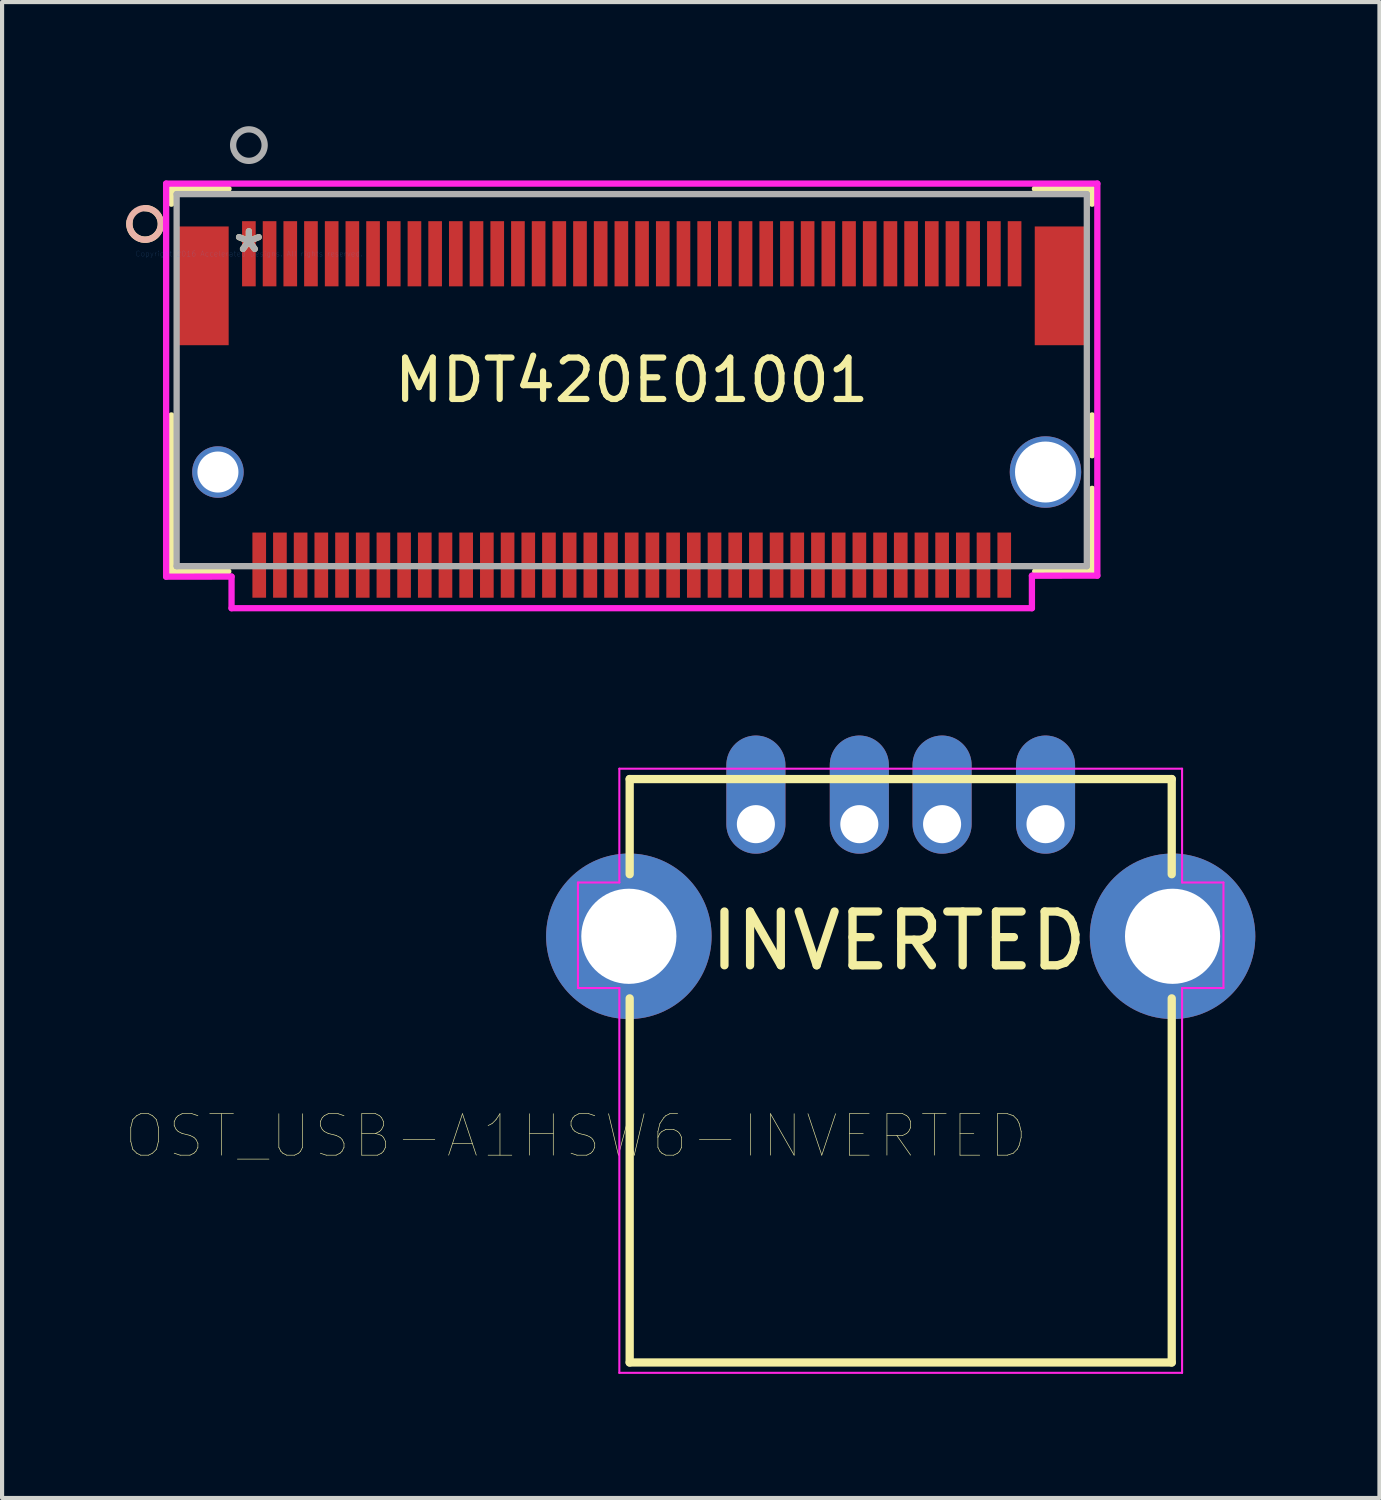
<source format=kicad_pcb>
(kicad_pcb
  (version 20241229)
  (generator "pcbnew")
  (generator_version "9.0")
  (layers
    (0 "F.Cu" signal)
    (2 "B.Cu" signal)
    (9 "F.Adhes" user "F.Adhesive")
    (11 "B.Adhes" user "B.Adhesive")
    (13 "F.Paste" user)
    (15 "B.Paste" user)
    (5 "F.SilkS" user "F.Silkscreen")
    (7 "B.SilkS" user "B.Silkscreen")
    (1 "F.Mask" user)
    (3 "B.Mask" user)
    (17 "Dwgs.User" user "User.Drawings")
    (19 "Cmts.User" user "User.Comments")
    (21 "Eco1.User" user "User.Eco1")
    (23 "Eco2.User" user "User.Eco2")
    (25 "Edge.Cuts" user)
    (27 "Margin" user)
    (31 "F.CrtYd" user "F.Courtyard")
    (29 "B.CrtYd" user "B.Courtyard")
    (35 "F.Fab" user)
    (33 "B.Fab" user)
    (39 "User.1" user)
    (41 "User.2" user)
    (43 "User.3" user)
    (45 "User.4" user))
  (footprint "MDT420E01001"
    (layer "F.Cu")
    (at 2.965 3.083)
    (property "Reference" "MDT420E01001" (at 9.252 3.054 0) (layer "F.SilkS") (effects (font (size 1 1) (thickness 0.15))))
    (attr through_hole)
    (fp_line (start -1.873 -1.569) (end -1.873 -1.21) (stroke (width 0.152) (type solid)) (layer "F.SilkS"))
    (fp_line (start -1.873 3.907) (end -1.873 7.677) (stroke (width 0.152) (type solid)) (layer "F.SilkS"))
    (fp_line (start -1.873 7.677) (end -0.498 7.677) (stroke (width 0.152) (type solid)) (layer "F.SilkS"))
    (fp_line (start -0.492 -1.569) (end -1.873 -1.569) (stroke (width 0.152) (type solid)) (layer "F.SilkS"))
    (fp_line (start 19.003 7.677) (end 20.378 7.677) (stroke (width 0.152) (type solid)) (layer "F.SilkS"))
    (fp_line (start 20.378 -1.569) (end 18.997 -1.569) (stroke (width 0.152) (type solid)) (layer "F.SilkS"))
    (fp_line (start 20.378 -1.21) (end 20.378 -1.569) (stroke (width 0.152) (type solid)) (layer "F.SilkS"))
    (fp_line (start 20.378 4.869) (end 20.378 3.907) (stroke (width 0.152) (type solid)) (layer "F.SilkS"))
    (fp_line (start 20.378 7.677) (end 20.378 5.681) (stroke (width 0.152) (type solid)) (layer "F.SilkS"))
    (fp_arc (start -2.507869 -1.102) (mid -2.262002 -0.42995) (end -2.883511 -0.784674) (stroke (width 0.1524) (type solid)) (layer "F.SilkS"))
    (fp_circle (center -2.508 -0.721) (end -2.127 -0.721) (stroke (width 0.152) (type solid)) (fill no) (layer "B.SilkS"))
    (fp_line (start -2 -1.696) (end -2 7.804) (stroke (width 0.152) (type solid)) (layer "F.CrtYd"))
    (fp_line (start -2 7.804) (end -0.419 7.802) (stroke (width 0.152) (type solid)) (layer "F.CrtYd"))
    (fp_line (start -0.419 7.802) (end -0.419 8.566) (stroke (width 0.152) (type solid)) (layer "F.CrtYd"))
    (fp_line (start -0.419 8.566) (end 18.924 8.566) (stroke (width 0.152) (type solid)) (layer "F.CrtYd"))
    (fp_line (start 18.924 7.781) (end 20.505 7.779) (stroke (width 0.152) (type solid)) (layer "F.CrtYd"))
    (fp_line (start 18.924 8.566) (end 18.924 7.781) (stroke (width 0.152) (type solid)) (layer "F.CrtYd"))
    (fp_line (start 20.505 -1.696) (end -2 -1.696) (stroke (width 0.152) (type solid)) (layer "F.CrtYd"))
    (fp_line (start 20.505 7.779) (end 20.505 -1.696) (stroke (width 0.152) (type solid)) (layer "F.CrtYd"))
    (fp_line (start -1.746 -1.442) (end -1.746 7.55) (stroke (width 0.152) (type solid)) (layer "F.Fab"))
    (fp_line (start -1.746 7.55) (end 20.251 7.55) (stroke (width 0.152) (type solid)) (layer "F.Fab"))
    (fp_line (start 20.251 -1.442) (end -1.746 -1.442) (stroke (width 0.152) (type solid)) (layer "F.Fab"))
    (fp_line (start 20.251 7.55) (end 20.251 -1.442) (stroke (width 0.152) (type solid)) (layer "F.Fab"))
    (fp_circle (center 0 -2.626) (end 0.381 -2.626) (stroke (width 0.152) (type solid)) (fill no) (layer "F.Fab"))
    (fp_text user "*" (at 0 0 0) (layer "F.SilkS") (effects (font (size 1 1) (thickness 0.15))))
    (fp_text user "Copyright 2016 Accelerated Designs. All rights reserved." (at 0 0 0) (layer "Cmts.User") (effects (font (size 0.127 0.127) (thickness 0.002))))
    (fp_text user "*" (at 0 0 0) (layer "F.Fab") (effects (font (size 1 1) (thickness 0.15))))
    (pad "1" smd rect (at 0 0) (size 0.33 1.575) (layers "F.Cu" "F.Mask" "F.Paste"))
    (pad "2" smd rect (at 0.25 7.525) (size 0.33 1.575) (layers "F.Cu" "F.Mask" "F.Paste"))
    (pad "3" smd rect (at 0.5 0) (size 0.33 1.575) (layers "F.Cu" "F.Mask" "F.Paste"))
    (pad "4" smd rect (at 0.75 7.525) (size 0.33 1.575) (layers "F.Cu" "F.Mask" "F.Paste"))
    (pad "5" smd rect (at 1 0) (size 0.33 1.575) (layers "F.Cu" "F.Mask" "F.Paste"))
    (pad "6" smd rect (at 1.25 7.525) (size 0.33 1.575) (layers "F.Cu" "F.Mask" "F.Paste"))
    (pad "7" smd rect (at 1.5 0) (size 0.33 1.575) (layers "F.Cu" "F.Mask" "F.Paste"))
    (pad "8" smd rect (at 1.75 7.525) (size 0.33 1.575) (layers "F.Cu" "F.Mask" "F.Paste"))
    (pad "9" smd rect (at 2.001 0) (size 0.33 1.575) (layers "F.Cu" "F.Mask" "F.Paste"))
    (pad "10" smd rect (at 2.251 7.525) (size 0.33 1.575) (layers "F.Cu" "F.Mask" "F.Paste"))
    (pad "11" smd rect (at 2.501 0) (size 0.33 1.575) (layers "F.Cu" "F.Mask" "F.Paste"))
    (pad "12" smd rect (at 2.751 7.525) (size 0.33 1.575) (layers "F.Cu" "F.Mask" "F.Paste"))
    (pad "13" smd rect (at 3.001 0) (size 0.33 1.575) (layers "F.Cu" "F.Mask" "F.Paste"))
    (pad "14" smd rect (at 3.251 7.525) (size 0.33 1.575) (layers "F.Cu" "F.Mask" "F.Paste"))
    (pad "15" smd rect (at 3.501 0) (size 0.33 1.575) (layers "F.Cu" "F.Mask" "F.Paste"))
    (pad "16" smd rect (at 3.751 7.525) (size 0.33 1.575) (layers "F.Cu" "F.Mask" "F.Paste"))
    (pad "17" smd rect (at 4.001 0) (size 0.33 1.575) (layers "F.Cu" "F.Mask" "F.Paste"))
    (pad "18" smd rect (at 4.251 7.525) (size 0.33 1.575) (layers "F.Cu" "F.Mask" "F.Paste"))
    (pad "19" smd rect (at 4.501 0) (size 0.33 1.575) (layers "F.Cu" "F.Mask" "F.Paste"))
    (pad "20" smd rect (at 4.751 7.525) (size 0.33 1.575) (layers "F.Cu" "F.Mask" "F.Paste"))
    (pad "21" smd rect (at 5.001 0) (size 0.33 1.575) (layers "F.Cu" "F.Mask" "F.Paste"))
    (pad "22" smd rect (at 5.251 7.525) (size 0.33 1.575) (layers "F.Cu" "F.Mask" "F.Paste"))
    (pad "23" smd rect (at 5.501 0) (size 0.33 1.575) (layers "F.Cu" "F.Mask" "F.Paste"))
    (pad "24" smd rect (at 5.751 7.525) (size 0.33 1.575) (layers "F.Cu" "F.Mask" "F.Paste"))
    (pad "25" smd rect (at 6.002 0) (size 0.33 1.575) (layers "F.Cu" "F.Mask" "F.Paste"))
    (pad "26" smd rect (at 6.252 7.525) (size 0.33 1.575) (layers "F.Cu" "F.Mask" "F.Paste"))
    (pad "27" smd rect (at 6.502 0) (size 0.33 1.575) (layers "F.Cu" "F.Mask" "F.Paste"))
    (pad "28" smd rect (at 6.752 7.525) (size 0.33 1.575) (layers "F.Cu" "F.Mask" "F.Paste"))
    (pad "29" smd rect (at 7.002 0) (size 0.33 1.575) (layers "F.Cu" "F.Mask" "F.Paste"))
    (pad "30" smd rect (at 7.252 7.525) (size 0.33 1.575) (layers "F.Cu" "F.Mask" "F.Paste"))
    (pad "31" smd rect (at 7.502 0) (size 0.33 1.575) (layers "F.Cu" "F.Mask" "F.Paste"))
    (pad "32" smd rect (at 7.752 7.525) (size 0.33 1.575) (layers "F.Cu" "F.Mask" "F.Paste"))
    (pad "33" smd rect (at 8.002 0) (size 0.33 1.575) (layers "F.Cu" "F.Mask" "F.Paste"))
    (pad "34" smd rect (at 8.252 7.525) (size 0.33 1.575) (layers "F.Cu" "F.Mask" "F.Paste"))
    (pad "35" smd rect (at 8.502 0) (size 0.33 1.575) (layers "F.Cu" "F.Mask" "F.Paste"))
    (pad "36" smd rect (at 8.752 7.525) (size 0.33 1.575) (layers "F.Cu" "F.Mask" "F.Paste"))
    (pad "37" smd rect (at 9.002 0) (size 0.33 1.575) (layers "F.Cu" "F.Mask" "F.Paste"))
    (pad "38" smd rect (at 9.252 7.525) (size 0.33 1.575) (layers "F.Cu" "F.Mask" "F.Paste"))
    (pad "39" smd rect (at 9.502 0) (size 0.33 1.575) (layers "F.Cu" "F.Mask" "F.Paste"))
    (pad "40" smd rect (at 9.752 7.525) (size 0.33 1.575) (layers "F.Cu" "F.Mask" "F.Paste"))
    (pad "41" smd rect (at 10.003 0) (size 0.33 1.575) (layers "F.Cu" "F.Mask" "F.Paste"))
    (pad "42" smd rect (at 10.253 7.525) (size 0.33 1.575) (layers "F.Cu" "F.Mask" "F.Paste"))
    (pad "43" smd rect (at 10.503 0) (size 0.33 1.575) (layers "F.Cu" "F.Mask" "F.Paste"))
    (pad "44" smd rect (at 10.753 7.525) (size 0.33 1.575) (layers "F.Cu" "F.Mask" "F.Paste"))
    (pad "45" smd rect (at 11.003 0) (size 0.33 1.575) (layers "F.Cu" "F.Mask" "F.Paste"))
    (pad "46" smd rect (at 11.253 7.525) (size 0.33 1.575) (layers "F.Cu" "F.Mask" "F.Paste"))
    (pad "47" smd rect (at 11.503 0) (size 0.33 1.575) (layers "F.Cu" "F.Mask" "F.Paste"))
    (pad "48" smd rect (at 11.753 7.525) (size 0.33 1.575) (layers "F.Cu" "F.Mask" "F.Paste"))
    (pad "49" smd rect (at 12.003 0) (size 0.33 1.575) (layers "F.Cu" "F.Mask" "F.Paste"))
    (pad "50" smd rect (at 12.253 7.525) (size 0.33 1.575) (layers "F.Cu" "F.Mask" "F.Paste"))
    (pad "51" smd rect (at 12.503 0) (size 0.33 1.575) (layers "F.Cu" "F.Mask" "F.Paste"))
    (pad "52" smd rect (at 12.753 7.525) (size 0.33 1.575) (layers "F.Cu" "F.Mask" "F.Paste"))
    (pad "53" smd rect (at 13.003 0) (size 0.33 1.575) (layers "F.Cu" "F.Mask" "F.Paste"))
    (pad "54" smd rect (at 13.253 7.525) (size 0.33 1.575) (layers "F.Cu" "F.Mask" "F.Paste"))
    (pad "55" smd rect (at 13.503 0) (size 0.33 1.575) (layers "F.Cu" "F.Mask" "F.Paste"))
    (pad "56" smd rect (at 13.753 7.525) (size 0.33 1.575) (layers "F.Cu" "F.Mask" "F.Paste"))
    (pad "57" smd rect (at 14.004 0) (size 0.33 1.575) (layers "F.Cu" "F.Mask" "F.Paste"))
    (pad "58" smd rect (at 14.254 7.525) (size 0.33 1.575) (layers "F.Cu" "F.Mask" "F.Paste"))
    (pad "59" smd rect (at 14.504 0) (size 0.33 1.575) (layers "F.Cu" "F.Mask" "F.Paste"))
    (pad "60" smd rect (at 14.754 7.525) (size 0.33 1.575) (layers "F.Cu" "F.Mask" "F.Paste"))
    (pad "61" smd rect (at 15.004 0) (size 0.33 1.575) (layers "F.Cu" "F.Mask" "F.Paste"))
    (pad "62" smd rect (at 15.254 7.525) (size 0.33 1.575) (layers "F.Cu" "F.Mask" "F.Paste"))
    (pad "63" smd rect (at 15.504 0) (size 0.33 1.575) (layers "F.Cu" "F.Mask" "F.Paste"))
    (pad "64" smd rect (at 15.754 7.525) (size 0.33 1.575) (layers "F.Cu" "F.Mask" "F.Paste"))
    (pad "65" smd rect (at 16.004 0) (size 0.33 1.575) (layers "F.Cu" "F.Mask" "F.Paste"))
    (pad "66" smd rect (at 16.254 7.525) (size 0.33 1.575) (layers "F.Cu" "F.Mask" "F.Paste"))
    (pad "67" smd rect (at 16.504 0) (size 0.33 1.575) (layers "F.Cu" "F.Mask" "F.Paste"))
    (pad "68" smd rect (at 16.754 7.525) (size 0.33 1.575) (layers "F.Cu" "F.Mask" "F.Paste"))
    (pad "69" smd rect (at 17.004 0) (size 0.33 1.575) (layers "F.Cu" "F.Mask" "F.Paste"))
    (pad "70" smd rect (at 17.254 7.525) (size 0.33 1.575) (layers "F.Cu" "F.Mask" "F.Paste"))
    (pad "71" smd rect (at 17.504 0) (size 0.33 1.575) (layers "F.Cu" "F.Mask" "F.Paste"))
    (pad "72" smd rect (at 17.754 7.525) (size 0.33 1.575) (layers "F.Cu" "F.Mask" "F.Paste"))
    (pad "73" smd rect (at 18.005 0) (size 0.33 1.575) (layers "F.Cu" "F.Mask" "F.Paste"))
    (pad "74" smd rect (at 18.255 7.525) (size 0.33 1.575) (layers "F.Cu" "F.Mask" "F.Paste"))
    (pad "75" smd rect (at 18.505 0) (size 0.33 1.575) (layers "F.Cu" "F.Mask" "F.Paste"))
    (pad "77" thru_hole circle (at -0.748 5.275 90) (size 1.245 1.245) (drill 0.991) (layers "*.Cu" "*.Mask"))
    (pad "80" thru_hole circle (at 19.252 5.275 90) (size 1.727 1.727) (drill 1.473) (layers "*.Cu" "*.Mask"))
    (pad "81" smd rect (at -1.098 0.775) (size 1.219 2.87) (layers "F.Cu" "F.Mask" "F.Paste"))
    (pad "82" smd rect (at 19.602 0.775) (size 1.219 2.87) (layers "F.Cu" "F.Mask" "F.Paste")))
  (footprint "OST_USB-A1HSW6-INVERTED"
    (layer "F.Cu")
    (at 18.718 23.378)
    (property "Reference" "OST_USB-A1HSW6-INVERTED" (at -7.848 1.027 180) (layer "F.SilkS") (effects (font (size 1.002 1.002) (thickness 0.015))))
    (attr through_hole)
    (fp_line (start -6.55 -7.6) (end 6.55 -7.6) (stroke (width 0.2) (type solid)) (layer "F.SilkS"))
    (fp_line (start -6.55 -5.3) (end -6.55 -7.6) (stroke (width 0.2) (type solid)) (layer "F.SilkS"))
    (fp_line (start -6.55 -2.3) (end -6.55 6.5) (stroke (width 0.2) (type solid)) (layer "F.SilkS"))
    (fp_line (start -6.55 6.5) (end 6.55 6.5) (stroke (width 0.2) (type solid)) (layer "F.SilkS"))
    (fp_line (start 6.55 -7.6) (end 6.55 -5.3) (stroke (width 0.2) (type solid)) (layer "F.SilkS"))
    (fp_line (start 6.55 6.5) (end 6.55 -2.3) (stroke (width 0.2) (type solid)) (layer "F.SilkS"))
    (fp_line (start -7.8 -5.1) (end -6.8 -5.1) (stroke (width 0.05) (type solid)) (layer "F.CrtYd"))
    (fp_line (start -7.8 -2.55) (end -7.8 -5.1) (stroke (width 0.05) (type solid)) (layer "F.CrtYd"))
    (fp_line (start -6.8 -7.85) (end 6.8 -7.85) (stroke (width 0.05) (type solid)) (layer "F.CrtYd"))
    (fp_line (start -6.8 -5.1) (end -6.8 -7.85) (stroke (width 0.05) (type solid)) (layer "F.CrtYd"))
    (fp_line (start -6.8 -2.55) (end -7.8 -2.55) (stroke (width 0.05) (type solid)) (layer "F.CrtYd"))
    (fp_line (start -6.8 6.75) (end -6.8 -2.55) (stroke (width 0.05) (type solid)) (layer "F.CrtYd"))
    (fp_line (start 6.8 -7.85) (end 6.8 -5.1) (stroke (width 0.05) (type solid)) (layer "F.CrtYd"))
    (fp_line (start 6.8 -5.1) (end 7.8 -5.1) (stroke (width 0.05) (type solid)) (layer "F.CrtYd"))
    (fp_line (start 6.8 -2.55) (end 6.8 6.75) (stroke (width 0.05) (type solid)) (layer "F.CrtYd"))
    (fp_line (start 6.8 6.75) (end -6.8 6.75) (stroke (width 0.05) (type solid)) (layer "F.CrtYd"))
    (fp_line (start 7.8 -5.1) (end 7.8 -2.55) (stroke (width 0.05) (type solid)) (layer "F.CrtYd"))
    (fp_line (start 7.8 -2.55) (end 6.8 -2.55) (stroke (width 0.05) (type solid)) (layer "F.CrtYd"))
    (fp_text user "INVERTED" (at -0.05 -3.69 0) (layer "F.SilkS") (effects (font (size 1.3 1.3) (thickness 0.2))))
    (pad "1" thru_hole oval (at 3.5 -6.51) (size 1.428 2.856) (drill oval 0.92 (offset 0 -0.714)) (layers "*.Cu" "*.Mask"))
    (pad "2" thru_hole oval (at 1 -6.51) (size 1.428 2.856) (drill oval 0.92 (offset 0 -0.714)) (layers "*.Cu" "*.Mask"))
    (pad "3" thru_hole oval (at -1 -6.51) (size 1.428 2.856) (drill oval 0.92 (offset 0 -0.714)) (layers "*.Cu" "*.Mask"))
    (pad "4" thru_hole oval (at -3.5 -6.51) (size 1.428 2.856) (drill oval 0.92 (offset 0 -0.714)) (layers "*.Cu" "*.Mask"))
    (pad "5" thru_hole circle (at -6.57 -3.8) (size 4 4) (drill 2.3) (layers "*.Cu" "*.Mask"))
    (pad "5" thru_hole circle (at 6.57 -3.8) (size 4 4) (drill 2.3) (layers "*.Cu" "*.Mask")))
  (gr_rect
    (start -3 -3)
    (end 30.288 33.153)
    (stroke (width 0.1) (type default))
    (fill no)
    (layer "Edge.Cuts")))
</source>
